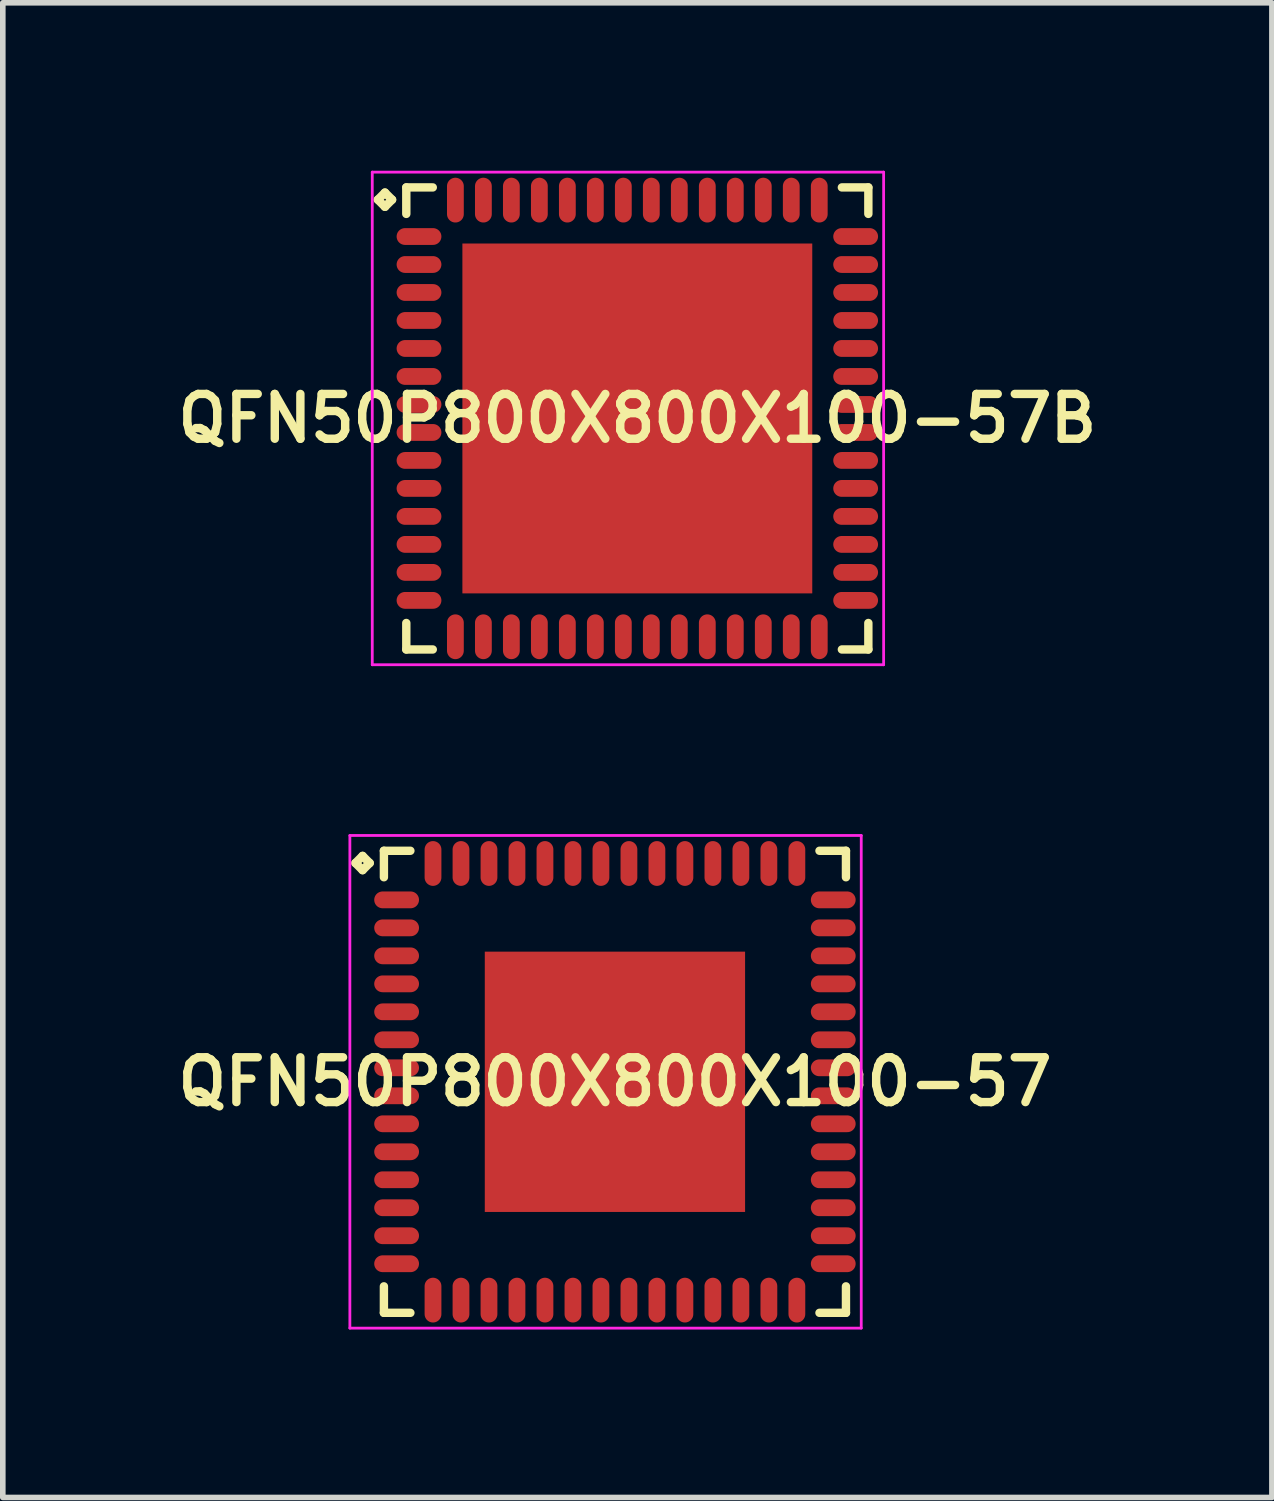
<source format=kicad_pcb>
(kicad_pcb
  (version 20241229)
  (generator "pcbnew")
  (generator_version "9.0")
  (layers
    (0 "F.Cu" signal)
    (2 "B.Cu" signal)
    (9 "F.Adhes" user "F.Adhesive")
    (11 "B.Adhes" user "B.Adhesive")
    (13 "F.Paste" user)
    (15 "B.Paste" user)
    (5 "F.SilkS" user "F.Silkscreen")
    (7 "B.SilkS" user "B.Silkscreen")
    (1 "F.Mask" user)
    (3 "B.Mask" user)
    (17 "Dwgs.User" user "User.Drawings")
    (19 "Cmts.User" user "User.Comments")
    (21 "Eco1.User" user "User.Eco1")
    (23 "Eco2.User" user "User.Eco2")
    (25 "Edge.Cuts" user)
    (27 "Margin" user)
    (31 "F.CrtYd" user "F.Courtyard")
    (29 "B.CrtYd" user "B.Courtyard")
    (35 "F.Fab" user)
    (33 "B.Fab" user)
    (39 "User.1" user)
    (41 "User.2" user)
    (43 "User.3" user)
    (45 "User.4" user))
  (footprint "QFN50P800X800X100-57"
    (layer "F.Cu")
    (at 7.935 16.275)
    (property "Reference" "QFN50P800X800X100-57" (at 0 0 0) (layer "F.SilkS") (effects (font (size 0.8 0.8) (thickness 0.15))))
    (attr smd)
    (fp_line (start -4.635 -3.908) (end -4.508 -4.035) (stroke (width 0.15) (type solid)) (layer "F.SilkS"))
    (fp_line (start -4.508 -4.035) (end -4.381 -3.908) (stroke (width 0.15) (type solid)) (layer "F.SilkS"))
    (fp_line (start -4.508 -3.781) (end -4.635 -3.908) (stroke (width 0.15) (type solid)) (layer "F.SilkS"))
    (fp_line (start -4.381 -3.908) (end -4.508 -3.781) (stroke (width 0.15) (type solid)) (layer "F.SilkS"))
    (fp_line (start -4.127 -4.127) (end -3.654 -4.127) (stroke (width 0.15) (type solid)) (layer "F.SilkS"))
    (fp_line (start -4.127 -3.654) (end -4.127 -4.127) (stroke (width 0.15) (type solid)) (layer "F.SilkS"))
    (fp_line (start -4.127 3.654) (end -4.127 4.127) (stroke (width 0.15) (type solid)) (layer "F.SilkS"))
    (fp_line (start -4.127 4.127) (end -3.654 4.127) (stroke (width 0.15) (type solid)) (layer "F.SilkS"))
    (fp_line (start 3.654 -4.127) (end 4.127 -4.127) (stroke (width 0.15) (type solid)) (layer "F.SilkS"))
    (fp_line (start 3.654 4.127) (end 4.127 4.127) (stroke (width 0.15) (type solid)) (layer "F.SilkS"))
    (fp_line (start 4.127 -4.127) (end 4.127 -3.654) (stroke (width 0.15) (type solid)) (layer "F.SilkS"))
    (fp_line (start 4.127 4.127) (end 4.127 3.654) (stroke (width 0.15) (type solid)) (layer "F.SilkS"))
    (fp_line (start -4.735 -4.4) (end 4.4 -4.4) (stroke (width 0.05) (type solid)) (layer "F.CrtYd"))
    (fp_line (start -4.735 4.4) (end -4.735 -4.4) (stroke (width 0.05) (type solid)) (layer "F.CrtYd"))
    (fp_line (start 4.4 -4.4) (end 4.4 4.4) (stroke (width 0.05) (type solid)) (layer "F.CrtYd"))
    (fp_line (start 4.4 4.4) (end -4.735 4.4) (stroke (width 0.05) (type solid)) (layer "F.CrtYd"))
    (pad "1" smd oval (at -3.9 -3.25) (size 0.8 0.3) (layers "F.Cu" "F.Mask" "F.Paste"))
    (pad "2" smd oval (at -3.9 -2.75) (size 0.8 0.3) (layers "F.Cu" "F.Mask" "F.Paste"))
    (pad "3" smd oval (at -3.9 -2.25) (size 0.8 0.3) (layers "F.Cu" "F.Mask" "F.Paste"))
    (pad "4" smd oval (at -3.9 -1.75) (size 0.8 0.3) (layers "F.Cu" "F.Mask" "F.Paste"))
    (pad "5" smd oval (at -3.9 -1.25) (size 0.8 0.3) (layers "F.Cu" "F.Mask" "F.Paste"))
    (pad "6" smd oval (at -3.9 -0.75) (size 0.8 0.3) (layers "F.Cu" "F.Mask" "F.Paste"))
    (pad "7" smd oval (at -3.9 -0.25) (size 0.8 0.3) (layers "F.Cu" "F.Mask" "F.Paste"))
    (pad "8" smd oval (at -3.9 0.25) (size 0.8 0.3) (layers "F.Cu" "F.Mask" "F.Paste"))
    (pad "9" smd oval (at -3.9 0.75) (size 0.8 0.3) (layers "F.Cu" "F.Mask" "F.Paste"))
    (pad "10" smd oval (at -3.9 1.25) (size 0.8 0.3) (layers "F.Cu" "F.Mask" "F.Paste"))
    (pad "11" smd oval (at -3.9 1.75) (size 0.8 0.3) (layers "F.Cu" "F.Mask" "F.Paste"))
    (pad "12" smd oval (at -3.9 2.25) (size 0.8 0.3) (layers "F.Cu" "F.Mask" "F.Paste"))
    (pad "13" smd oval (at -3.9 2.75) (size 0.8 0.3) (layers "F.Cu" "F.Mask" "F.Paste"))
    (pad "14" smd oval (at -3.9 3.25) (size 0.8 0.3) (layers "F.Cu" "F.Mask" "F.Paste"))
    (pad "15" smd oval (at -3.25 3.9) (size 0.3 0.8) (layers "F.Cu" "F.Mask" "F.Paste"))
    (pad "16" smd oval (at -2.75 3.9) (size 0.3 0.8) (layers "F.Cu" "F.Mask" "F.Paste"))
    (pad "17" smd oval (at -2.25 3.9) (size 0.3 0.8) (layers "F.Cu" "F.Mask" "F.Paste"))
    (pad "18" smd oval (at -1.75 3.9) (size 0.3 0.8) (layers "F.Cu" "F.Mask" "F.Paste"))
    (pad "19" smd oval (at -1.25 3.9) (size 0.3 0.8) (layers "F.Cu" "F.Mask" "F.Paste"))
    (pad "20" smd oval (at -0.75 3.9) (size 0.3 0.8) (layers "F.Cu" "F.Mask" "F.Paste"))
    (pad "21" smd oval (at -0.25 3.9) (size 0.3 0.8) (layers "F.Cu" "F.Mask" "F.Paste"))
    (pad "22" smd oval (at 0.25 3.9) (size 0.3 0.8) (layers "F.Cu" "F.Mask" "F.Paste"))
    (pad "23" smd oval (at 0.75 3.9) (size 0.3 0.8) (layers "F.Cu" "F.Mask" "F.Paste"))
    (pad "24" smd oval (at 1.25 3.9) (size 0.3 0.8) (layers "F.Cu" "F.Mask" "F.Paste"))
    (pad "25" smd oval (at 1.75 3.9) (size 0.3 0.8) (layers "F.Cu" "F.Mask" "F.Paste"))
    (pad "26" smd oval (at 2.25 3.9) (size 0.3 0.8) (layers "F.Cu" "F.Mask" "F.Paste"))
    (pad "27" smd oval (at 2.75 3.9) (size 0.3 0.8) (layers "F.Cu" "F.Mask" "F.Paste"))
    (pad "28" smd oval (at 3.25 3.9) (size 0.3 0.8) (layers "F.Cu" "F.Mask" "F.Paste"))
    (pad "29" smd oval (at 3.9 3.25) (size 0.8 0.3) (layers "F.Cu" "F.Mask" "F.Paste"))
    (pad "30" smd oval (at 3.9 2.75) (size 0.8 0.3) (layers "F.Cu" "F.Mask" "F.Paste"))
    (pad "31" smd oval (at 3.9 2.25) (size 0.8 0.3) (layers "F.Cu" "F.Mask" "F.Paste"))
    (pad "32" smd oval (at 3.9 1.75) (size 0.8 0.3) (layers "F.Cu" "F.Mask" "F.Paste"))
    (pad "33" smd oval (at 3.9 1.25) (size 0.8 0.3) (layers "F.Cu" "F.Mask" "F.Paste"))
    (pad "34" smd oval (at 3.9 0.75) (size 0.8 0.3) (layers "F.Cu" "F.Mask" "F.Paste"))
    (pad "35" smd oval (at 3.9 0.25) (size 0.8 0.3) (layers "F.Cu" "F.Mask" "F.Paste"))
    (pad "36" smd oval (at 3.9 -0.25) (size 0.8 0.3) (layers "F.Cu" "F.Mask" "F.Paste"))
    (pad "37" smd oval (at 3.9 -0.75) (size 0.8 0.3) (layers "F.Cu" "F.Mask" "F.Paste"))
    (pad "38" smd oval (at 3.9 -1.25) (size 0.8 0.3) (layers "F.Cu" "F.Mask" "F.Paste"))
    (pad "39" smd oval (at 3.9 -1.75) (size 0.8 0.3) (layers "F.Cu" "F.Mask" "F.Paste"))
    (pad "40" smd oval (at 3.9 -2.25) (size 0.8 0.3) (layers "F.Cu" "F.Mask" "F.Paste"))
    (pad "41" smd oval (at 3.9 -2.75) (size 0.8 0.3) (layers "F.Cu" "F.Mask" "F.Paste"))
    (pad "42" smd oval (at 3.9 -3.25) (size 0.8 0.3) (layers "F.Cu" "F.Mask" "F.Paste"))
    (pad "43" smd oval (at 3.25 -3.9) (size 0.3 0.8) (layers "F.Cu" "F.Mask" "F.Paste"))
    (pad "44" smd oval (at 2.75 -3.9) (size 0.3 0.8) (layers "F.Cu" "F.Mask" "F.Paste"))
    (pad "45" smd oval (at 2.25 -3.9) (size 0.3 0.8) (layers "F.Cu" "F.Mask" "F.Paste"))
    (pad "46" smd oval (at 1.75 -3.9) (size 0.3 0.8) (layers "F.Cu" "F.Mask" "F.Paste"))
    (pad "47" smd oval (at 1.25 -3.9) (size 0.3 0.8) (layers "F.Cu" "F.Mask" "F.Paste"))
    (pad "48" smd oval (at 0.75 -3.9) (size 0.3 0.8) (layers "F.Cu" "F.Mask" "F.Paste"))
    (pad "49" smd oval (at 0.25 -3.9) (size 0.3 0.8) (layers "F.Cu" "F.Mask" "F.Paste"))
    (pad "50" smd oval (at -0.25 -3.9) (size 0.3 0.8) (layers "F.Cu" "F.Mask" "F.Paste"))
    (pad "51" smd oval (at -0.75 -3.9) (size 0.3 0.8) (layers "F.Cu" "F.Mask" "F.Paste"))
    (pad "52" smd oval (at -1.25 -3.9) (size 0.3 0.8) (layers "F.Cu" "F.Mask" "F.Paste"))
    (pad "53" smd oval (at -1.75 -3.9) (size 0.3 0.8) (layers "F.Cu" "F.Mask" "F.Paste"))
    (pad "54" smd oval (at -2.25 -3.9) (size 0.3 0.8) (layers "F.Cu" "F.Mask" "F.Paste"))
    (pad "55" smd oval (at -2.75 -3.9) (size 0.3 0.8) (layers "F.Cu" "F.Mask" "F.Paste"))
    (pad "56" smd oval (at -3.25 -3.9) (size 0.3 0.8) (layers "F.Cu" "F.Mask" "F.Paste"))
    (pad "57" smd rect (at 0 0) (size 4.65 4.65) (layers "F.Cu" "F.Mask" "F.Paste")))
  (footprint "QFN50P800X800X100-57B"
    (layer "F.Cu")
    (at 8.335 4.425)
    (property "Reference" "QFN50P800X800X100-57B" (at 0 0 0) (layer "F.SilkS") (effects (font (size 0.8 0.8) (thickness 0.15))))
    (attr smd)
    (fp_line (start -4.635 -3.908) (end -4.508 -4.035) (stroke (width 0.15) (type solid)) (layer "F.SilkS"))
    (fp_line (start -4.508 -4.035) (end -4.381 -3.908) (stroke (width 0.15) (type solid)) (layer "F.SilkS"))
    (fp_line (start -4.508 -3.781) (end -4.635 -3.908) (stroke (width 0.15) (type solid)) (layer "F.SilkS"))
    (fp_line (start -4.381 -3.908) (end -4.508 -3.781) (stroke (width 0.15) (type solid)) (layer "F.SilkS"))
    (fp_line (start -4.127 -4.127) (end -3.654 -4.127) (stroke (width 0.15) (type solid)) (layer "F.SilkS"))
    (fp_line (start -4.127 -3.654) (end -4.127 -4.127) (stroke (width 0.15) (type solid)) (layer "F.SilkS"))
    (fp_line (start -4.127 3.654) (end -4.127 4.127) (stroke (width 0.15) (type solid)) (layer "F.SilkS"))
    (fp_line (start -4.127 4.127) (end -3.654 4.127) (stroke (width 0.15) (type solid)) (layer "F.SilkS"))
    (fp_line (start 3.654 -4.127) (end 4.127 -4.127) (stroke (width 0.15) (type solid)) (layer "F.SilkS"))
    (fp_line (start 3.654 4.127) (end 4.127 4.127) (stroke (width 0.15) (type solid)) (layer "F.SilkS"))
    (fp_line (start 4.127 -4.127) (end 4.127 -3.654) (stroke (width 0.15) (type solid)) (layer "F.SilkS"))
    (fp_line (start 4.127 4.127) (end 4.127 3.654) (stroke (width 0.15) (type solid)) (layer "F.SilkS"))
    (fp_line (start -4.735 -4.4) (end 4.4 -4.4) (stroke (width 0.05) (type solid)) (layer "F.CrtYd"))
    (fp_line (start -4.735 4.4) (end -4.735 -4.4) (stroke (width 0.05) (type solid)) (layer "F.CrtYd"))
    (fp_line (start 4.4 -4.4) (end 4.4 4.4) (stroke (width 0.05) (type solid)) (layer "F.CrtYd"))
    (fp_line (start 4.4 4.4) (end -4.735 4.4) (stroke (width 0.05) (type solid)) (layer "F.CrtYd"))
    (pad "1" smd oval (at -3.9 -3.25) (size 0.8 0.3) (layers "F.Cu" "F.Mask" "F.Paste"))
    (pad "2" smd oval (at -3.9 -2.75) (size 0.8 0.3) (layers "F.Cu" "F.Mask" "F.Paste"))
    (pad "3" smd oval (at -3.9 -2.25) (size 0.8 0.3) (layers "F.Cu" "F.Mask" "F.Paste"))
    (pad "4" smd oval (at -3.9 -1.75) (size 0.8 0.3) (layers "F.Cu" "F.Mask" "F.Paste"))
    (pad "5" smd oval (at -3.9 -1.25) (size 0.8 0.3) (layers "F.Cu" "F.Mask" "F.Paste"))
    (pad "6" smd oval (at -3.9 -0.75) (size 0.8 0.3) (layers "F.Cu" "F.Mask" "F.Paste"))
    (pad "7" smd oval (at -3.9 -0.25) (size 0.8 0.3) (layers "F.Cu" "F.Mask" "F.Paste"))
    (pad "8" smd oval (at -3.9 0.25) (size 0.8 0.3) (layers "F.Cu" "F.Mask" "F.Paste"))
    (pad "9" smd oval (at -3.9 0.75) (size 0.8 0.3) (layers "F.Cu" "F.Mask" "F.Paste"))
    (pad "10" smd oval (at -3.9 1.25) (size 0.8 0.3) (layers "F.Cu" "F.Mask" "F.Paste"))
    (pad "11" smd oval (at -3.9 1.75) (size 0.8 0.3) (layers "F.Cu" "F.Mask" "F.Paste"))
    (pad "12" smd oval (at -3.9 2.25) (size 0.8 0.3) (layers "F.Cu" "F.Mask" "F.Paste"))
    (pad "13" smd oval (at -3.9 2.75) (size 0.8 0.3) (layers "F.Cu" "F.Mask" "F.Paste"))
    (pad "14" smd oval (at -3.9 3.25) (size 0.8 0.3) (layers "F.Cu" "F.Mask" "F.Paste"))
    (pad "15" smd oval (at -3.25 3.9) (size 0.3 0.8) (layers "F.Cu" "F.Mask" "F.Paste"))
    (pad "16" smd oval (at -2.75 3.9) (size 0.3 0.8) (layers "F.Cu" "F.Mask" "F.Paste"))
    (pad "17" smd oval (at -2.25 3.9) (size 0.3 0.8) (layers "F.Cu" "F.Mask" "F.Paste"))
    (pad "18" smd oval (at -1.75 3.9) (size 0.3 0.8) (layers "F.Cu" "F.Mask" "F.Paste"))
    (pad "19" smd oval (at -1.25 3.9) (size 0.3 0.8) (layers "F.Cu" "F.Mask" "F.Paste"))
    (pad "20" smd oval (at -0.75 3.9) (size 0.3 0.8) (layers "F.Cu" "F.Mask" "F.Paste"))
    (pad "21" smd oval (at -0.25 3.9) (size 0.3 0.8) (layers "F.Cu" "F.Mask" "F.Paste"))
    (pad "22" smd oval (at 0.25 3.9) (size 0.3 0.8) (layers "F.Cu" "F.Mask" "F.Paste"))
    (pad "23" smd oval (at 0.75 3.9) (size 0.3 0.8) (layers "F.Cu" "F.Mask" "F.Paste"))
    (pad "24" smd oval (at 1.25 3.9) (size 0.3 0.8) (layers "F.Cu" "F.Mask" "F.Paste"))
    (pad "25" smd oval (at 1.75 3.9) (size 0.3 0.8) (layers "F.Cu" "F.Mask" "F.Paste"))
    (pad "26" smd oval (at 2.25 3.9) (size 0.3 0.8) (layers "F.Cu" "F.Mask" "F.Paste"))
    (pad "27" smd oval (at 2.75 3.9) (size 0.3 0.8) (layers "F.Cu" "F.Mask" "F.Paste"))
    (pad "28" smd oval (at 3.25 3.9) (size 0.3 0.8) (layers "F.Cu" "F.Mask" "F.Paste"))
    (pad "29" smd oval (at 3.9 3.25) (size 0.8 0.3) (layers "F.Cu" "F.Mask" "F.Paste"))
    (pad "30" smd oval (at 3.9 2.75) (size 0.8 0.3) (layers "F.Cu" "F.Mask" "F.Paste"))
    (pad "31" smd oval (at 3.9 2.25) (size 0.8 0.3) (layers "F.Cu" "F.Mask" "F.Paste"))
    (pad "32" smd oval (at 3.9 1.75) (size 0.8 0.3) (layers "F.Cu" "F.Mask" "F.Paste"))
    (pad "33" smd oval (at 3.9 1.25) (size 0.8 0.3) (layers "F.Cu" "F.Mask" "F.Paste"))
    (pad "34" smd oval (at 3.9 0.75) (size 0.8 0.3) (layers "F.Cu" "F.Mask" "F.Paste"))
    (pad "35" smd oval (at 3.9 0.25) (size 0.8 0.3) (layers "F.Cu" "F.Mask" "F.Paste"))
    (pad "36" smd oval (at 3.9 -0.25) (size 0.8 0.3) (layers "F.Cu" "F.Mask" "F.Paste"))
    (pad "37" smd oval (at 3.9 -0.75) (size 0.8 0.3) (layers "F.Cu" "F.Mask" "F.Paste"))
    (pad "38" smd oval (at 3.9 -1.25) (size 0.8 0.3) (layers "F.Cu" "F.Mask" "F.Paste"))
    (pad "39" smd oval (at 3.9 -1.75) (size 0.8 0.3) (layers "F.Cu" "F.Mask" "F.Paste"))
    (pad "40" smd oval (at 3.9 -2.25) (size 0.8 0.3) (layers "F.Cu" "F.Mask" "F.Paste"))
    (pad "41" smd oval (at 3.9 -2.75) (size 0.8 0.3) (layers "F.Cu" "F.Mask" "F.Paste"))
    (pad "42" smd oval (at 3.9 -3.25) (size 0.8 0.3) (layers "F.Cu" "F.Mask" "F.Paste"))
    (pad "43" smd oval (at 3.25 -3.9) (size 0.3 0.8) (layers "F.Cu" "F.Mask" "F.Paste"))
    (pad "44" smd oval (at 2.75 -3.9) (size 0.3 0.8) (layers "F.Cu" "F.Mask" "F.Paste"))
    (pad "45" smd oval (at 2.25 -3.9) (size 0.3 0.8) (layers "F.Cu" "F.Mask" "F.Paste"))
    (pad "46" smd oval (at 1.75 -3.9) (size 0.3 0.8) (layers "F.Cu" "F.Mask" "F.Paste"))
    (pad "47" smd oval (at 1.25 -3.9) (size 0.3 0.8) (layers "F.Cu" "F.Mask" "F.Paste"))
    (pad "48" smd oval (at 0.75 -3.9) (size 0.3 0.8) (layers "F.Cu" "F.Mask" "F.Paste"))
    (pad "49" smd oval (at 0.25 -3.9) (size 0.3 0.8) (layers "F.Cu" "F.Mask" "F.Paste"))
    (pad "50" smd oval (at -0.25 -3.9) (size 0.3 0.8) (layers "F.Cu" "F.Mask" "F.Paste"))
    (pad "51" smd oval (at -0.75 -3.9) (size 0.3 0.8) (layers "F.Cu" "F.Mask" "F.Paste"))
    (pad "52" smd oval (at -1.25 -3.9) (size 0.3 0.8) (layers "F.Cu" "F.Mask" "F.Paste"))
    (pad "53" smd oval (at -1.75 -3.9) (size 0.3 0.8) (layers "F.Cu" "F.Mask" "F.Paste"))
    (pad "54" smd oval (at -2.25 -3.9) (size 0.3 0.8) (layers "F.Cu" "F.Mask" "F.Paste"))
    (pad "55" smd oval (at -2.75 -3.9) (size 0.3 0.8) (layers "F.Cu" "F.Mask" "F.Paste"))
    (pad "56" smd oval (at -3.25 -3.9) (size 0.3 0.8) (layers "F.Cu" "F.Mask" "F.Paste"))
    (pad "57" smd rect (at 0 0) (size 6.25 6.25) (layers "F.Cu" "F.Mask" "F.Paste")))
  (gr_rect
    (start -3 -3)
    (end 19.671 23.7)
    (stroke (width 0.1) (type default))
    (fill no)
    (layer "Edge.Cuts")))
</source>
